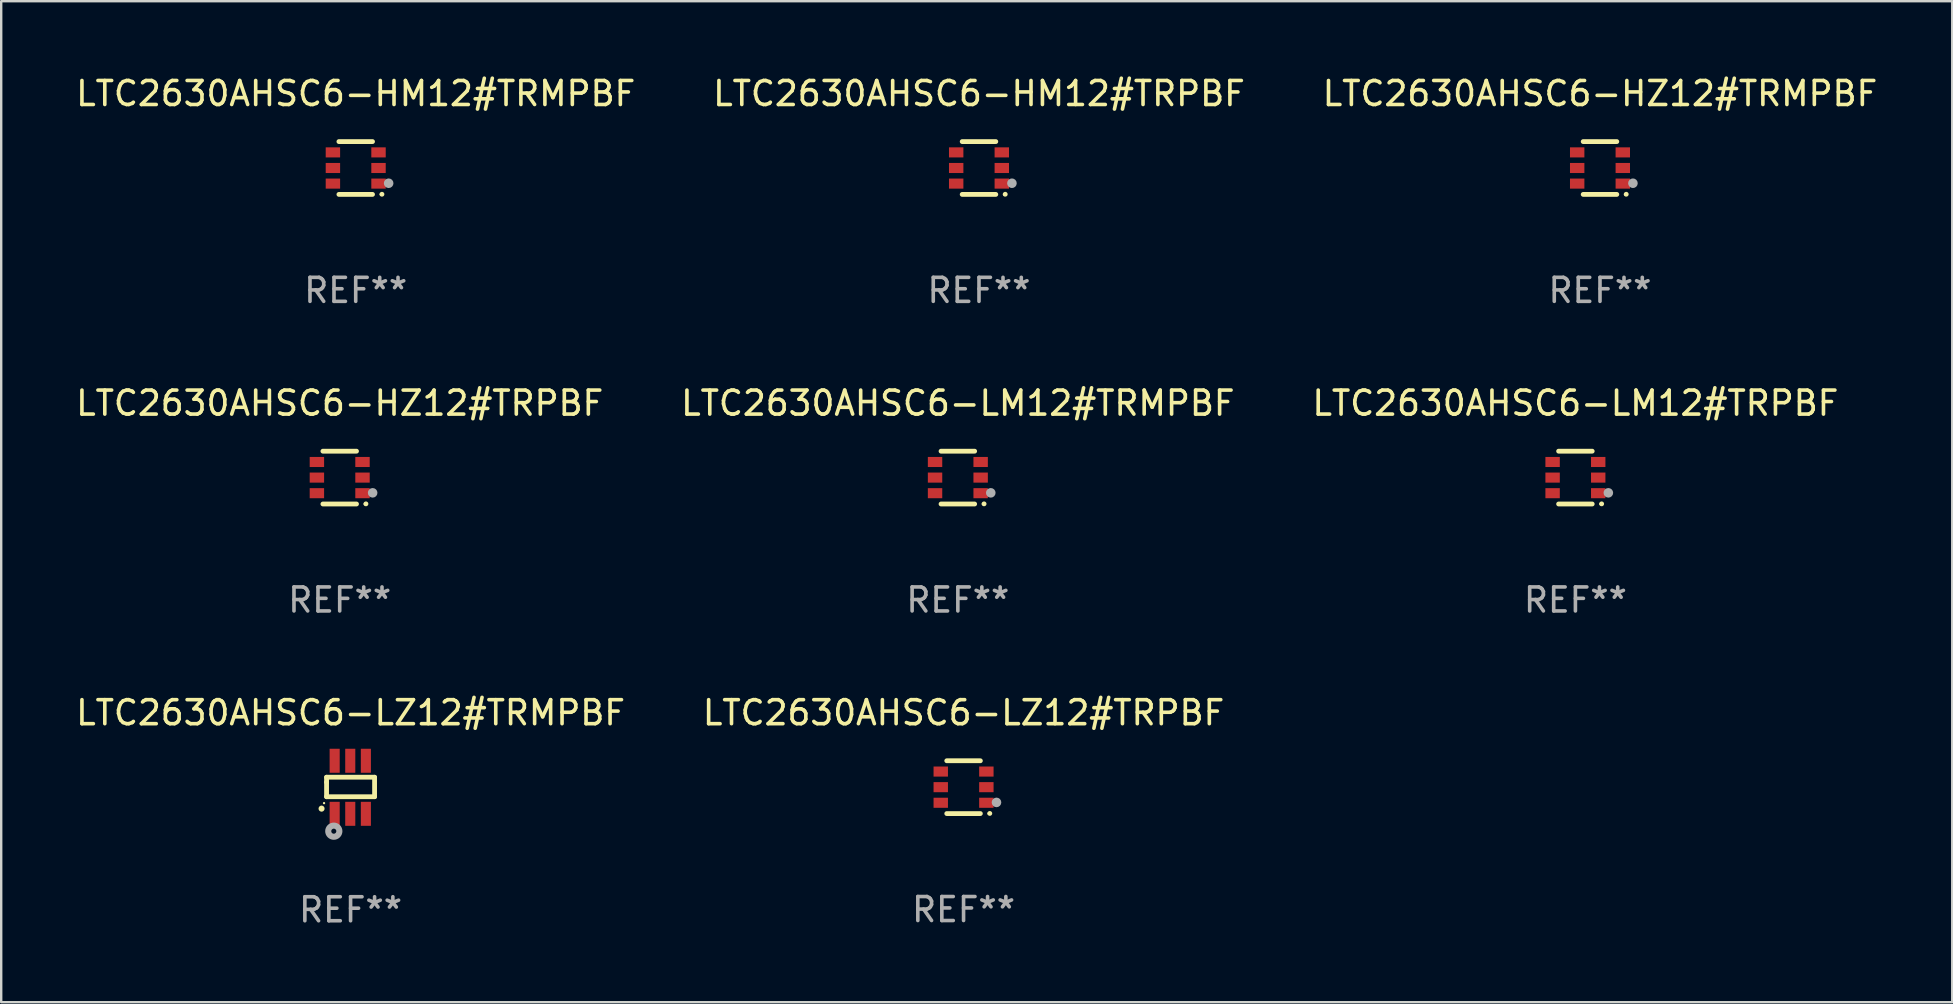
<source format=kicad_pcb>
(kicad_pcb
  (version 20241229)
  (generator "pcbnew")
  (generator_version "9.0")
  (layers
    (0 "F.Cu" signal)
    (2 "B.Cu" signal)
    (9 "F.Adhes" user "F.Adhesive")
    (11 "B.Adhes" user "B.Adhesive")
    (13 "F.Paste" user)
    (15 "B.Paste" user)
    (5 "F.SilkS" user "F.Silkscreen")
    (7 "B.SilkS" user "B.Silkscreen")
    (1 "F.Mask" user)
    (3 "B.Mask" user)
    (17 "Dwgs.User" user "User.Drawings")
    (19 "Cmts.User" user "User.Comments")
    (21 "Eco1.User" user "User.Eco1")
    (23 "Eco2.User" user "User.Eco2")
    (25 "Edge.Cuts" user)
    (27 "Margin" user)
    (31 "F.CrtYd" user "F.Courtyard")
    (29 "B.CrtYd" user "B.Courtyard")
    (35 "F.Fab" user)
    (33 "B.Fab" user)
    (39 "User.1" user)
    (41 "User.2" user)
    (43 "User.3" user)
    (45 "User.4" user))
  (footprint "LTC2630AHSC6-HM12#TRMPBF"
    (layer "F.Cu")
    (at 11.768 3.948)
    (property "Reference" "LTC2630AHSC6-HM12#TRMPBF" (at 0 -3.1 0) (layer "F.SilkS") (effects (font (size 1 1) (thickness 0.15))))
    (attr through_hole)
    (fp_line (start -0.7 -1.1) (end 0.7 -1.1) (stroke (width 0.2) (type solid)) (layer "F.SilkS"))
    (fp_line (start -0.7 1.1) (end 0.7 1.1) (stroke (width 0.2) (type solid)) (layer "F.SilkS"))
    (fp_arc (start 1.090932 1.094209) (mid 1.092202 1.094203) (end 1.093472 1.094209) (stroke (width 0.2) (type solid)) (layer "F.SilkS"))
    (fp_circle (center 1.053 1.1) (end 1.083 1.1) (stroke (width 0.06) (type solid)) (fill no) (layer "F.SilkS"))
    (fp_circle (center 1.372 0.635) (end 1.472 0.635) (stroke (width 0.2) (type solid)) (fill no) (layer "F.Fab"))
    (fp_text user "REF**" (at 0 5.1 0) (layer "F.Fab") (effects (font (size 1 1) (thickness 0.15))))
    (pad "1" smd rect (at 0.95 0.65 90) (size 0.42 0.6) (layers "F.Cu" "F.Mask" "F.Paste"))
    (pad "2" smd rect (at 0.95 0 90) (size 0.42 0.6) (layers "F.Cu" "F.Mask" "F.Paste"))
    (pad "3" smd rect (at 0.95 -0.65 90) (size 0.42 0.6) (layers "F.Cu" "F.Mask" "F.Paste"))
    (pad "4" smd rect (at -0.95 -0.65 270) (size 0.42 0.6) (layers "F.Cu" "F.Mask" "F.Paste"))
    (pad "5" smd rect (at -0.95 0 270) (size 0.42 0.6) (layers "F.Cu" "F.Mask" "F.Paste"))
    (pad "6" smd rect (at -0.95 0.65 270) (size 0.42 0.6) (layers "F.Cu" "F.Mask" "F.Paste")))
  (footprint "LTC2630AHSC6-HZ12#TRPBF"
    (layer "F.Cu")
    (at 11.101 16.845)
    (property "Reference" "LTC2630AHSC6-HZ12#TRPBF" (at 0 -3.1 0) (layer "F.SilkS") (effects (font (size 1 1) (thickness 0.15))))
    (attr through_hole)
    (fp_line (start -0.7 -1.1) (end 0.7 -1.1) (stroke (width 0.2) (type solid)) (layer "F.SilkS"))
    (fp_line (start -0.7 1.1) (end 0.7 1.1) (stroke (width 0.2) (type solid)) (layer "F.SilkS"))
    (fp_arc (start 1.090932 1.094209) (mid 1.092202 1.094203) (end 1.093472 1.094209) (stroke (width 0.2) (type solid)) (layer "F.SilkS"))
    (fp_circle (center 1.053 1.1) (end 1.083 1.1) (stroke (width 0.06) (type solid)) (fill no) (layer "F.SilkS"))
    (fp_circle (center 1.372 0.635) (end 1.472 0.635) (stroke (width 0.2) (type solid)) (fill no) (layer "F.Fab"))
    (fp_text user "REF**" (at 0 5.1 0) (layer "F.Fab") (effects (font (size 1 1) (thickness 0.15))))
    (pad "1" smd rect (at 0.95 0.65 90) (size 0.42 0.6) (layers "F.Cu" "F.Mask" "F.Paste"))
    (pad "2" smd rect (at 0.95 0 90) (size 0.42 0.6) (layers "F.Cu" "F.Mask" "F.Paste"))
    (pad "3" smd rect (at 0.95 -0.65 90) (size 0.42 0.6) (layers "F.Cu" "F.Mask" "F.Paste"))
    (pad "4" smd rect (at -0.95 -0.65 270) (size 0.42 0.6) (layers "F.Cu" "F.Mask" "F.Paste"))
    (pad "5" smd rect (at -0.95 0 270) (size 0.42 0.6) (layers "F.Cu" "F.Mask" "F.Paste"))
    (pad "6" smd rect (at -0.95 0.65 270) (size 0.42 0.6) (layers "F.Cu" "F.Mask" "F.Paste")))
  (footprint "LTC2630AHSC6-HM12#TRPBF"
    (layer "F.Cu")
    (at 37.732 3.948)
    (property "Reference" "LTC2630AHSC6-HM12#TRPBF" (at 0 -3.1 0) (layer "F.SilkS") (effects (font (size 1 1) (thickness 0.15))))
    (attr through_hole)
    (fp_line (start -0.7 -1.1) (end 0.7 -1.1) (stroke (width 0.2) (type solid)) (layer "F.SilkS"))
    (fp_line (start -0.7 1.1) (end 0.7 1.1) (stroke (width 0.2) (type solid)) (layer "F.SilkS"))
    (fp_arc (start 1.090932 1.094209) (mid 1.092202 1.094203) (end 1.093472 1.094209) (stroke (width 0.2) (type solid)) (layer "F.SilkS"))
    (fp_circle (center 1.053 1.1) (end 1.083 1.1) (stroke (width 0.06) (type solid)) (fill no) (layer "F.SilkS"))
    (fp_circle (center 1.372 0.635) (end 1.472 0.635) (stroke (width 0.2) (type solid)) (fill no) (layer "F.Fab"))
    (fp_text user "REF**" (at 0 5.1 0) (layer "F.Fab") (effects (font (size 1 1) (thickness 0.15))))
    (pad "1" smd rect (at 0.95 0.65 90) (size 0.42 0.6) (layers "F.Cu" "F.Mask" "F.Paste"))
    (pad "2" smd rect (at 0.95 0 90) (size 0.42 0.6) (layers "F.Cu" "F.Mask" "F.Paste"))
    (pad "3" smd rect (at 0.95 -0.65 90) (size 0.42 0.6) (layers "F.Cu" "F.Mask" "F.Paste"))
    (pad "4" smd rect (at -0.95 -0.65 270) (size 0.42 0.6) (layers "F.Cu" "F.Mask" "F.Paste"))
    (pad "5" smd rect (at -0.95 0 270) (size 0.42 0.6) (layers "F.Cu" "F.Mask" "F.Paste"))
    (pad "6" smd rect (at -0.95 0.65 270) (size 0.42 0.6) (layers "F.Cu" "F.Mask" "F.Paste")))
  (footprint "LTC2630AHSC6-LZ12#TRPBF"
    (layer "F.Cu")
    (at 37.089 29.741)
    (property "Reference" "LTC2630AHSC6-LZ12#TRPBF" (at 0 -3.1 0) (layer "F.SilkS") (effects (font (size 1 1) (thickness 0.15))))
    (attr through_hole)
    (fp_line (start -0.7 -1.1) (end 0.7 -1.1) (stroke (width 0.2) (type solid)) (layer "F.SilkS"))
    (fp_line (start -0.7 1.1) (end 0.7 1.1) (stroke (width 0.2) (type solid)) (layer "F.SilkS"))
    (fp_arc (start 1.090932 1.094209) (mid 1.092202 1.094203) (end 1.093472 1.094209) (stroke (width 0.2) (type solid)) (layer "F.SilkS"))
    (fp_circle (center 1.053 1.1) (end 1.083 1.1) (stroke (width 0.06) (type solid)) (fill no) (layer "F.SilkS"))
    (fp_circle (center 1.372 0.635) (end 1.472 0.635) (stroke (width 0.2) (type solid)) (fill no) (layer "F.Fab"))
    (fp_text user "REF**" (at 0 5.1 0) (layer "F.Fab") (effects (font (size 1 1) (thickness 0.15))))
    (pad "1" smd rect (at 0.95 0.65 90) (size 0.42 0.6) (layers "F.Cu" "F.Mask" "F.Paste"))
    (pad "2" smd rect (at 0.95 0 90) (size 0.42 0.6) (layers "F.Cu" "F.Mask" "F.Paste"))
    (pad "3" smd rect (at 0.95 -0.65 90) (size 0.42 0.6) (layers "F.Cu" "F.Mask" "F.Paste"))
    (pad "4" smd rect (at -0.95 -0.65 270) (size 0.42 0.6) (layers "F.Cu" "F.Mask" "F.Paste"))
    (pad "5" smd rect (at -0.95 0 270) (size 0.42 0.6) (layers "F.Cu" "F.Mask" "F.Paste"))
    (pad "6" smd rect (at -0.95 0.65 270) (size 0.42 0.6) (layers "F.Cu" "F.Mask" "F.Paste")))
  (footprint "LTC2630AHSC6-HZ12#TRMPBF"
    (layer "F.Cu")
    (at 63.601 3.948)
    (property "Reference" "LTC2630AHSC6-HZ12#TRMPBF" (at 0 -3.1 0) (layer "F.SilkS") (effects (font (size 1 1) (thickness 0.15))))
    (attr through_hole)
    (fp_line (start -0.7 -1.1) (end 0.7 -1.1) (stroke (width 0.2) (type solid)) (layer "F.SilkS"))
    (fp_line (start -0.7 1.1) (end 0.7 1.1) (stroke (width 0.2) (type solid)) (layer "F.SilkS"))
    (fp_arc (start 1.090932 1.094209) (mid 1.092202 1.094203) (end 1.093472 1.094209) (stroke (width 0.2) (type solid)) (layer "F.SilkS"))
    (fp_circle (center 1.053 1.1) (end 1.083 1.1) (stroke (width 0.06) (type solid)) (fill no) (layer "F.SilkS"))
    (fp_circle (center 1.372 0.635) (end 1.472 0.635) (stroke (width 0.2) (type solid)) (fill no) (layer "F.Fab"))
    (fp_text user "REF**" (at 0 5.1 0) (layer "F.Fab") (effects (font (size 1 1) (thickness 0.15))))
    (pad "1" smd rect (at 0.95 0.65 90) (size 0.42 0.6) (layers "F.Cu" "F.Mask" "F.Paste"))
    (pad "2" smd rect (at 0.95 0 90) (size 0.42 0.6) (layers "F.Cu" "F.Mask" "F.Paste"))
    (pad "3" smd rect (at 0.95 -0.65 90) (size 0.42 0.6) (layers "F.Cu" "F.Mask" "F.Paste"))
    (pad "4" smd rect (at -0.95 -0.65 270) (size 0.42 0.6) (layers "F.Cu" "F.Mask" "F.Paste"))
    (pad "5" smd rect (at -0.95 0 270) (size 0.42 0.6) (layers "F.Cu" "F.Mask" "F.Paste"))
    (pad "6" smd rect (at -0.95 0.65 270) (size 0.42 0.6) (layers "F.Cu" "F.Mask" "F.Paste")))
  (footprint "LTC2630AHSC6-LM12#TRMPBF"
    (layer "F.Cu")
    (at 36.851 16.845)
    (property "Reference" "LTC2630AHSC6-LM12#TRMPBF" (at 0 -3.1 0) (layer "F.SilkS") (effects (font (size 1 1) (thickness 0.15))))
    (attr through_hole)
    (fp_line (start -0.7 -1.1) (end 0.7 -1.1) (stroke (width 0.2) (type solid)) (layer "F.SilkS"))
    (fp_line (start -0.7 1.1) (end 0.7 1.1) (stroke (width 0.2) (type solid)) (layer "F.SilkS"))
    (fp_arc (start 1.090932 1.094209) (mid 1.092202 1.094203) (end 1.093472 1.094209) (stroke (width 0.2) (type solid)) (layer "F.SilkS"))
    (fp_circle (center 1.053 1.1) (end 1.083 1.1) (stroke (width 0.06) (type solid)) (fill no) (layer "F.SilkS"))
    (fp_circle (center 1.372 0.635) (end 1.472 0.635) (stroke (width 0.2) (type solid)) (fill no) (layer "F.Fab"))
    (fp_text user "REF**" (at 0 5.1 0) (layer "F.Fab") (effects (font (size 1 1) (thickness 0.15))))
    (pad "1" smd rect (at 0.95 0.65 90) (size 0.42 0.6) (layers "F.Cu" "F.Mask" "F.Paste"))
    (pad "2" smd rect (at 0.95 0 90) (size 0.42 0.6) (layers "F.Cu" "F.Mask" "F.Paste"))
    (pad "3" smd rect (at 0.95 -0.65 90) (size 0.42 0.6) (layers "F.Cu" "F.Mask" "F.Paste"))
    (pad "4" smd rect (at -0.95 -0.65 270) (size 0.42 0.6) (layers "F.Cu" "F.Mask" "F.Paste"))
    (pad "5" smd rect (at -0.95 0 270) (size 0.42 0.6) (layers "F.Cu" "F.Mask" "F.Paste"))
    (pad "6" smd rect (at -0.95 0.65 270) (size 0.42 0.6) (layers "F.Cu" "F.Mask" "F.Paste")))
  (footprint "LTC2630AHSC6-LZ12#TRMPBF"
    (layer "F.Cu")
    (at 11.554 29.746)
    (property "Reference" "LTC2630AHSC6-LZ12#TRMPBF" (at 0 -3.105 0) (layer "F.SilkS") (effects (font (size 1 1) (thickness 0.15))))
    (attr through_hole)
    (fp_line (start -1 -0.419) (end -1 -0.213) (stroke (width 0.2) (type solid)) (layer "F.SilkS"))
    (fp_line (start -1 -0.213) (end -1 0.393) (stroke (width 0.2) (type solid)) (layer "F.SilkS"))
    (fp_line (start -1 0.393) (end 1 0.393) (stroke (width 0.2) (type solid)) (layer "F.SilkS"))
    (fp_line (start 1 -0.419) (end -1 -0.419) (stroke (width 0.2) (type solid)) (layer "F.SilkS"))
    (fp_line (start 1 0.393) (end 1 -0.419) (stroke (width 0.2) (type solid)) (layer "F.SilkS"))
    (fp_arc (start -1.208509 0.890272) (mid -1.208515 0.889002) (end -1.208509 0.887732) (stroke (width 0.25) (type solid)) (layer "F.SilkS"))
    (fp_circle (center -1.105 0.66) (end -1.08 0.66) (stroke (width 0.05) (type solid)) (fill no) (layer "F.SilkS"))
    (fp_circle (center -0.699 1.829) (end -0.594 1.829) (stroke (width 0.254) (type solid)) (fill no) (layer "F.Fab"))
    (fp_text user "REF**" (at 0 5.105 0) (layer "F.Fab") (effects (font (size 1 1) (thickness 0.15))))
    (pad "1" smd rect (at -0.663 1.105) (size 0.42 1) (layers "F.Cu" "F.Mask" "F.Paste"))
    (pad "2" smd rect (at -0.013 1.105) (size 0.42 1) (layers "F.Cu" "F.Mask" "F.Paste"))
    (pad "3" smd rect (at 0.637 1.105) (size 0.42 1) (layers "F.Cu" "F.Mask" "F.Paste"))
    (pad "4" smd rect (at 0.637 -1.105 180) (size 0.42 1) (layers "F.Cu" "F.Mask" "F.Paste"))
    (pad "5" smd rect (at -0.013 -1.105 180) (size 0.42 1) (layers "F.Cu" "F.Mask" "F.Paste"))
    (pad "6" smd rect (at -0.663 -1.105 180) (size 0.42 1) (layers "F.Cu" "F.Mask" "F.Paste")))
  (footprint "LTC2630AHSC6-LM12#TRPBF"
    (layer "F.Cu")
    (at 62.577 16.845)
    (property "Reference" "LTC2630AHSC6-LM12#TRPBF" (at 0 -3.1 0) (layer "F.SilkS") (effects (font (size 1 1) (thickness 0.15))))
    (attr through_hole)
    (fp_line (start -0.7 -1.1) (end 0.7 -1.1) (stroke (width 0.2) (type solid)) (layer "F.SilkS"))
    (fp_line (start -0.7 1.1) (end 0.7 1.1) (stroke (width 0.2) (type solid)) (layer "F.SilkS"))
    (fp_arc (start 1.090932 1.094209) (mid 1.092202 1.094203) (end 1.093472 1.094209) (stroke (width 0.2) (type solid)) (layer "F.SilkS"))
    (fp_circle (center 1.053 1.1) (end 1.083 1.1) (stroke (width 0.06) (type solid)) (fill no) (layer "F.SilkS"))
    (fp_circle (center 1.372 0.635) (end 1.472 0.635) (stroke (width 0.2) (type solid)) (fill no) (layer "F.Fab"))
    (fp_text user "REF**" (at 0 5.1 0) (layer "F.Fab") (effects (font (size 1 1) (thickness 0.15))))
    (pad "1" smd rect (at 0.95 0.65 90) (size 0.42 0.6) (layers "F.Cu" "F.Mask" "F.Paste"))
    (pad "2" smd rect (at 0.95 0 90) (size 0.42 0.6) (layers "F.Cu" "F.Mask" "F.Paste"))
    (pad "3" smd rect (at 0.95 -0.65 90) (size 0.42 0.6) (layers "F.Cu" "F.Mask" "F.Paste"))
    (pad "4" smd rect (at -0.95 -0.65 270) (size 0.42 0.6) (layers "F.Cu" "F.Mask" "F.Paste"))
    (pad "5" smd rect (at -0.95 0 270) (size 0.42 0.6) (layers "F.Cu" "F.Mask" "F.Paste"))
    (pad "6" smd rect (at -0.95 0.65 270) (size 0.42 0.6) (layers "F.Cu" "F.Mask" "F.Paste")))
  (gr_rect
    (start -3 -3)
    (end 78.274 38.699)
    (stroke (width 0.1) (type default))
    (fill no)
    (layer "Edge.Cuts")))
</source>
